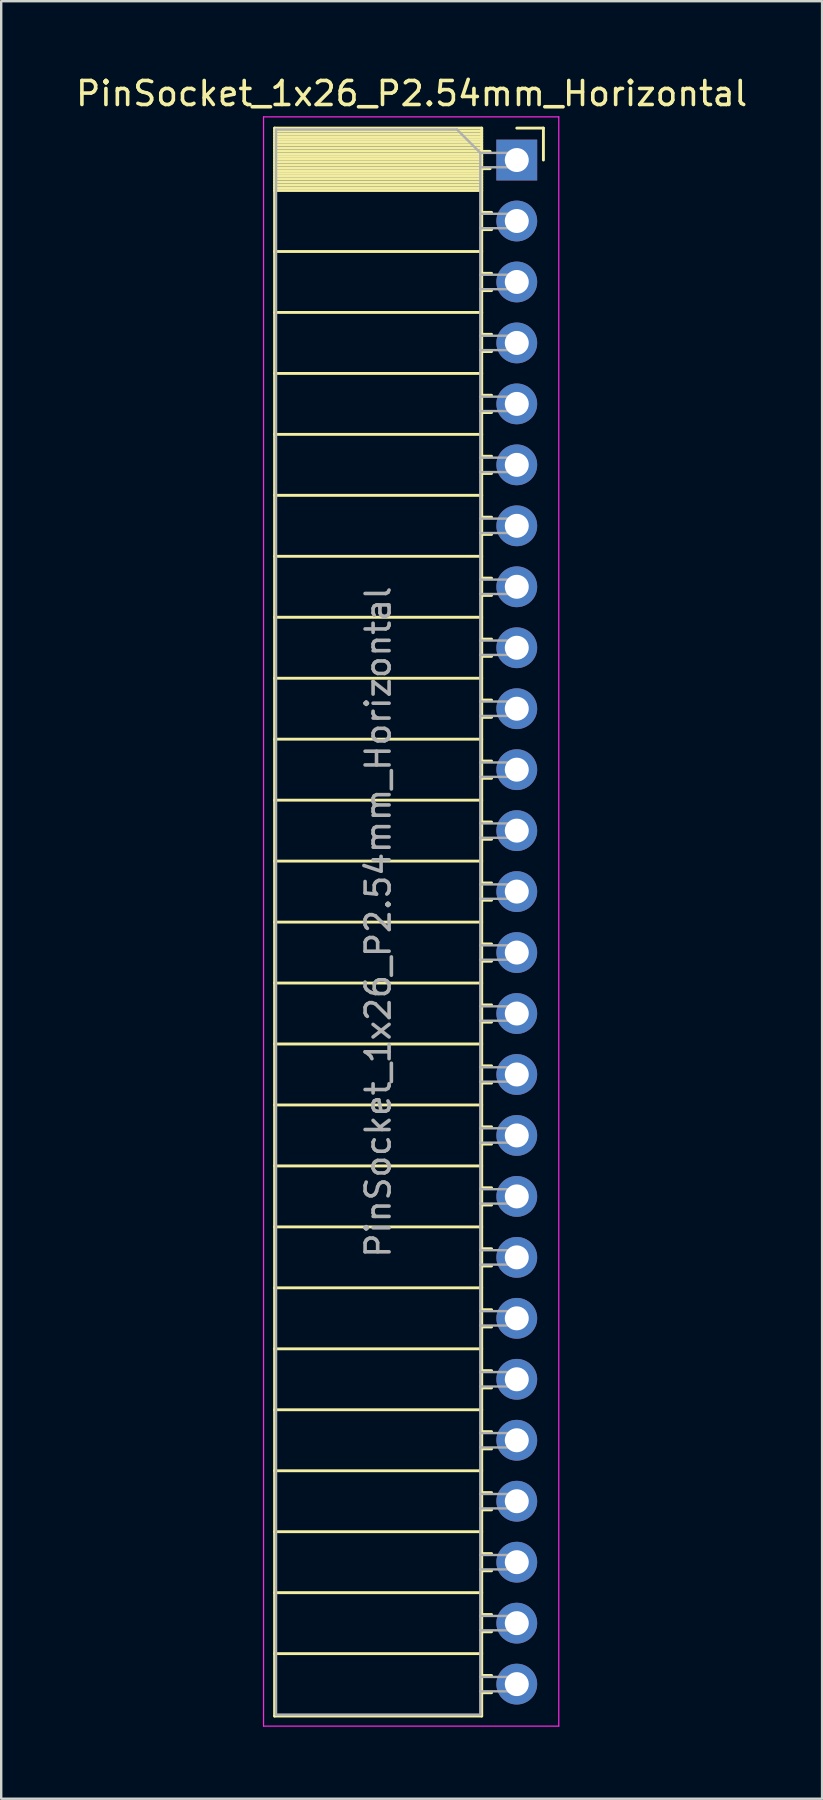
<source format=kicad_pcb>
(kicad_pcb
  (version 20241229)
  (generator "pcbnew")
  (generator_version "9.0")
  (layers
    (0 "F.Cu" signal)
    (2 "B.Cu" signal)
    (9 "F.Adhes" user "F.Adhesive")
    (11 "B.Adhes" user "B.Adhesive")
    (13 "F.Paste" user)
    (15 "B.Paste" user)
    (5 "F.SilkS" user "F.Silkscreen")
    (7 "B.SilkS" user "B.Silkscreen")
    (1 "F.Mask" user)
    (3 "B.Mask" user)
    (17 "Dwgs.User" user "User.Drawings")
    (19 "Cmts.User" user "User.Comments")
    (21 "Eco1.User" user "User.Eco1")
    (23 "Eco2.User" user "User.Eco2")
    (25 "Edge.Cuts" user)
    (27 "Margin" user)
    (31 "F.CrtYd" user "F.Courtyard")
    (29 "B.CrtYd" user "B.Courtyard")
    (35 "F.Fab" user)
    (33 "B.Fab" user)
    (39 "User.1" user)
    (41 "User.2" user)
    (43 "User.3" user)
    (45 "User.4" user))
  (footprint "PinSocket_1x26_P2.54mm_Horizontal"
    (layer "F.Cu")
    (at 18.481 3.618)
    (property "Reference" "PinSocket_1x26_P2.54mm_Horizontal" (at -4.38 -2.77 0) (layer "F.SilkS") (effects (font (size 1 1) (thickness 0.15))))
    (attr through_hole)
    (fp_line (start -10.09 -1.33) (end -10.09 64.83) (stroke (width 0.12) (type solid)) (layer "F.SilkS"))
    (fp_line (start -10.09 -1.33) (end -1.46 -1.33) (stroke (width 0.12) (type solid)) (layer "F.SilkS"))
    (fp_line (start -10.09 -1.21) (end -1.46 -1.21) (stroke (width 0.12) (type solid)) (layer "F.SilkS"))
    (fp_line (start -10.09 -1.092) (end -1.46 -1.092) (stroke (width 0.12) (type solid)) (layer "F.SilkS"))
    (fp_line (start -10.09 -0.974) (end -1.46 -0.974) (stroke (width 0.12) (type solid)) (layer "F.SilkS"))
    (fp_line (start -10.09 -0.856) (end -1.46 -0.856) (stroke (width 0.12) (type solid)) (layer "F.SilkS"))
    (fp_line (start -10.09 -0.738) (end -1.46 -0.738) (stroke (width 0.12) (type solid)) (layer "F.SilkS"))
    (fp_line (start -10.09 -0.62) (end -1.46 -0.62) (stroke (width 0.12) (type solid)) (layer "F.SilkS"))
    (fp_line (start -10.09 -0.501) (end -1.46 -0.501) (stroke (width 0.12) (type solid)) (layer "F.SilkS"))
    (fp_line (start -10.09 -0.383) (end -1.46 -0.383) (stroke (width 0.12) (type solid)) (layer "F.SilkS"))
    (fp_line (start -10.09 -0.265) (end -1.46 -0.265) (stroke (width 0.12) (type solid)) (layer "F.SilkS"))
    (fp_line (start -10.09 -0.147) (end -1.46 -0.147) (stroke (width 0.12) (type solid)) (layer "F.SilkS"))
    (fp_line (start -10.09 -0.029) (end -1.46 -0.029) (stroke (width 0.12) (type solid)) (layer "F.SilkS"))
    (fp_line (start -10.09 0.089) (end -1.46 0.089) (stroke (width 0.12) (type solid)) (layer "F.SilkS"))
    (fp_line (start -10.09 0.207) (end -1.46 0.207) (stroke (width 0.12) (type solid)) (layer "F.SilkS"))
    (fp_line (start -10.09 0.325) (end -1.46 0.325) (stroke (width 0.12) (type solid)) (layer "F.SilkS"))
    (fp_line (start -10.09 0.443) (end -1.46 0.443) (stroke (width 0.12) (type solid)) (layer "F.SilkS"))
    (fp_line (start -10.09 0.561) (end -1.46 0.561) (stroke (width 0.12) (type solid)) (layer "F.SilkS"))
    (fp_line (start -10.09 0.68) (end -1.46 0.68) (stroke (width 0.12) (type solid)) (layer "F.SilkS"))
    (fp_line (start -10.09 0.798) (end -1.46 0.798) (stroke (width 0.12) (type solid)) (layer "F.SilkS"))
    (fp_line (start -10.09 0.916) (end -1.46 0.916) (stroke (width 0.12) (type solid)) (layer "F.SilkS"))
    (fp_line (start -10.09 1.034) (end -1.46 1.034) (stroke (width 0.12) (type solid)) (layer "F.SilkS"))
    (fp_line (start -10.09 1.152) (end -1.46 1.152) (stroke (width 0.12) (type solid)) (layer "F.SilkS"))
    (fp_line (start -10.09 1.27) (end -1.46 1.27) (stroke (width 0.12) (type solid)) (layer "F.SilkS"))
    (fp_line (start -10.09 3.81) (end -1.46 3.81) (stroke (width 0.12) (type solid)) (layer "F.SilkS"))
    (fp_line (start -10.09 6.35) (end -1.46 6.35) (stroke (width 0.12) (type solid)) (layer "F.SilkS"))
    (fp_line (start -10.09 8.89) (end -1.46 8.89) (stroke (width 0.12) (type solid)) (layer "F.SilkS"))
    (fp_line (start -10.09 11.43) (end -1.46 11.43) (stroke (width 0.12) (type solid)) (layer "F.SilkS"))
    (fp_line (start -10.09 13.97) (end -1.46 13.97) (stroke (width 0.12) (type solid)) (layer "F.SilkS"))
    (fp_line (start -10.09 16.51) (end -1.46 16.51) (stroke (width 0.12) (type solid)) (layer "F.SilkS"))
    (fp_line (start -10.09 19.05) (end -1.46 19.05) (stroke (width 0.12) (type solid)) (layer "F.SilkS"))
    (fp_line (start -10.09 21.59) (end -1.46 21.59) (stroke (width 0.12) (type solid)) (layer "F.SilkS"))
    (fp_line (start -10.09 24.13) (end -1.46 24.13) (stroke (width 0.12) (type solid)) (layer "F.SilkS"))
    (fp_line (start -10.09 26.67) (end -1.46 26.67) (stroke (width 0.12) (type solid)) (layer "F.SilkS"))
    (fp_line (start -10.09 29.21) (end -1.46 29.21) (stroke (width 0.12) (type solid)) (layer "F.SilkS"))
    (fp_line (start -10.09 31.75) (end -1.46 31.75) (stroke (width 0.12) (type solid)) (layer "F.SilkS"))
    (fp_line (start -10.09 34.29) (end -1.46 34.29) (stroke (width 0.12) (type solid)) (layer "F.SilkS"))
    (fp_line (start -10.09 36.83) (end -1.46 36.83) (stroke (width 0.12) (type solid)) (layer "F.SilkS"))
    (fp_line (start -10.09 39.37) (end -1.46 39.37) (stroke (width 0.12) (type solid)) (layer "F.SilkS"))
    (fp_line (start -10.09 41.91) (end -1.46 41.91) (stroke (width 0.12) (type solid)) (layer "F.SilkS"))
    (fp_line (start -10.09 44.45) (end -1.46 44.45) (stroke (width 0.12) (type solid)) (layer "F.SilkS"))
    (fp_line (start -10.09 46.99) (end -1.46 46.99) (stroke (width 0.12) (type solid)) (layer "F.SilkS"))
    (fp_line (start -10.09 49.53) (end -1.46 49.53) (stroke (width 0.12) (type solid)) (layer "F.SilkS"))
    (fp_line (start -10.09 52.07) (end -1.46 52.07) (stroke (width 0.12) (type solid)) (layer "F.SilkS"))
    (fp_line (start -10.09 54.61) (end -1.46 54.61) (stroke (width 0.12) (type solid)) (layer "F.SilkS"))
    (fp_line (start -10.09 57.15) (end -1.46 57.15) (stroke (width 0.12) (type solid)) (layer "F.SilkS"))
    (fp_line (start -10.09 59.69) (end -1.46 59.69) (stroke (width 0.12) (type solid)) (layer "F.SilkS"))
    (fp_line (start -10.09 62.23) (end -1.46 62.23) (stroke (width 0.12) (type solid)) (layer "F.SilkS"))
    (fp_line (start -10.09 64.83) (end -1.46 64.83) (stroke (width 0.12) (type solid)) (layer "F.SilkS"))
    (fp_line (start -1.46 -1.33) (end -1.46 64.83) (stroke (width 0.12) (type solid)) (layer "F.SilkS"))
    (fp_line (start -1.46 -0.36) (end -1.11 -0.36) (stroke (width 0.12) (type solid)) (layer "F.SilkS"))
    (fp_line (start -1.46 0.36) (end -1.11 0.36) (stroke (width 0.12) (type solid)) (layer "F.SilkS"))
    (fp_line (start -1.46 2.18) (end -1.05 2.18) (stroke (width 0.12) (type solid)) (layer "F.SilkS"))
    (fp_line (start -1.46 2.9) (end -1.05 2.9) (stroke (width 0.12) (type solid)) (layer "F.SilkS"))
    (fp_line (start -1.46 4.72) (end -1.05 4.72) (stroke (width 0.12) (type solid)) (layer "F.SilkS"))
    (fp_line (start -1.46 5.44) (end -1.05 5.44) (stroke (width 0.12) (type solid)) (layer "F.SilkS"))
    (fp_line (start -1.46 7.26) (end -1.05 7.26) (stroke (width 0.12) (type solid)) (layer "F.SilkS"))
    (fp_line (start -1.46 7.98) (end -1.05 7.98) (stroke (width 0.12) (type solid)) (layer "F.SilkS"))
    (fp_line (start -1.46 9.8) (end -1.05 9.8) (stroke (width 0.12) (type solid)) (layer "F.SilkS"))
    (fp_line (start -1.46 10.52) (end -1.05 10.52) (stroke (width 0.12) (type solid)) (layer "F.SilkS"))
    (fp_line (start -1.46 12.34) (end -1.05 12.34) (stroke (width 0.12) (type solid)) (layer "F.SilkS"))
    (fp_line (start -1.46 13.06) (end -1.05 13.06) (stroke (width 0.12) (type solid)) (layer "F.SilkS"))
    (fp_line (start -1.46 14.88) (end -1.05 14.88) (stroke (width 0.12) (type solid)) (layer "F.SilkS"))
    (fp_line (start -1.46 15.6) (end -1.05 15.6) (stroke (width 0.12) (type solid)) (layer "F.SilkS"))
    (fp_line (start -1.46 17.42) (end -1.05 17.42) (stroke (width 0.12) (type solid)) (layer "F.SilkS"))
    (fp_line (start -1.46 18.14) (end -1.05 18.14) (stroke (width 0.12) (type solid)) (layer "F.SilkS"))
    (fp_line (start -1.46 19.96) (end -1.05 19.96) (stroke (width 0.12) (type solid)) (layer "F.SilkS"))
    (fp_line (start -1.46 20.68) (end -1.05 20.68) (stroke (width 0.12) (type solid)) (layer "F.SilkS"))
    (fp_line (start -1.46 22.5) (end -1.05 22.5) (stroke (width 0.12) (type solid)) (layer "F.SilkS"))
    (fp_line (start -1.46 23.22) (end -1.05 23.22) (stroke (width 0.12) (type solid)) (layer "F.SilkS"))
    (fp_line (start -1.46 25.04) (end -1.05 25.04) (stroke (width 0.12) (type solid)) (layer "F.SilkS"))
    (fp_line (start -1.46 25.76) (end -1.05 25.76) (stroke (width 0.12) (type solid)) (layer "F.SilkS"))
    (fp_line (start -1.46 27.58) (end -1.05 27.58) (stroke (width 0.12) (type solid)) (layer "F.SilkS"))
    (fp_line (start -1.46 28.3) (end -1.05 28.3) (stroke (width 0.12) (type solid)) (layer "F.SilkS"))
    (fp_line (start -1.46 30.12) (end -1.05 30.12) (stroke (width 0.12) (type solid)) (layer "F.SilkS"))
    (fp_line (start -1.46 30.84) (end -1.05 30.84) (stroke (width 0.12) (type solid)) (layer "F.SilkS"))
    (fp_line (start -1.46 32.66) (end -1.05 32.66) (stroke (width 0.12) (type solid)) (layer "F.SilkS"))
    (fp_line (start -1.46 33.38) (end -1.05 33.38) (stroke (width 0.12) (type solid)) (layer "F.SilkS"))
    (fp_line (start -1.46 35.2) (end -1.05 35.2) (stroke (width 0.12) (type solid)) (layer "F.SilkS"))
    (fp_line (start -1.46 35.92) (end -1.05 35.92) (stroke (width 0.12) (type solid)) (layer "F.SilkS"))
    (fp_line (start -1.46 37.74) (end -1.05 37.74) (stroke (width 0.12) (type solid)) (layer "F.SilkS"))
    (fp_line (start -1.46 38.46) (end -1.05 38.46) (stroke (width 0.12) (type solid)) (layer "F.SilkS"))
    (fp_line (start -1.46 40.28) (end -1.05 40.28) (stroke (width 0.12) (type solid)) (layer "F.SilkS"))
    (fp_line (start -1.46 41) (end -1.05 41) (stroke (width 0.12) (type solid)) (layer "F.SilkS"))
    (fp_line (start -1.46 42.82) (end -1.05 42.82) (stroke (width 0.12) (type solid)) (layer "F.SilkS"))
    (fp_line (start -1.46 43.54) (end -1.05 43.54) (stroke (width 0.12) (type solid)) (layer "F.SilkS"))
    (fp_line (start -1.46 45.36) (end -1.05 45.36) (stroke (width 0.12) (type solid)) (layer "F.SilkS"))
    (fp_line (start -1.46 46.08) (end -1.05 46.08) (stroke (width 0.12) (type solid)) (layer "F.SilkS"))
    (fp_line (start -1.46 47.9) (end -1.05 47.9) (stroke (width 0.12) (type solid)) (layer "F.SilkS"))
    (fp_line (start -1.46 48.62) (end -1.05 48.62) (stroke (width 0.12) (type solid)) (layer "F.SilkS"))
    (fp_line (start -1.46 50.44) (end -1.05 50.44) (stroke (width 0.12) (type solid)) (layer "F.SilkS"))
    (fp_line (start -1.46 51.16) (end -1.05 51.16) (stroke (width 0.12) (type solid)) (layer "F.SilkS"))
    (fp_line (start -1.46 52.98) (end -1.05 52.98) (stroke (width 0.12) (type solid)) (layer "F.SilkS"))
    (fp_line (start -1.46 53.7) (end -1.05 53.7) (stroke (width 0.12) (type solid)) (layer "F.SilkS"))
    (fp_line (start -1.46 55.52) (end -1.05 55.52) (stroke (width 0.12) (type solid)) (layer "F.SilkS"))
    (fp_line (start -1.46 56.24) (end -1.05 56.24) (stroke (width 0.12) (type solid)) (layer "F.SilkS"))
    (fp_line (start -1.46 58.06) (end -1.05 58.06) (stroke (width 0.12) (type solid)) (layer "F.SilkS"))
    (fp_line (start -1.46 58.78) (end -1.05 58.78) (stroke (width 0.12) (type solid)) (layer "F.SilkS"))
    (fp_line (start -1.46 60.6) (end -1.05 60.6) (stroke (width 0.12) (type solid)) (layer "F.SilkS"))
    (fp_line (start -1.46 61.32) (end -1.05 61.32) (stroke (width 0.12) (type solid)) (layer "F.SilkS"))
    (fp_line (start -1.46 63.14) (end -1.05 63.14) (stroke (width 0.12) (type solid)) (layer "F.SilkS"))
    (fp_line (start -1.46 63.86) (end -1.05 63.86) (stroke (width 0.12) (type solid)) (layer "F.SilkS"))
    (fp_line (start 0 -1.33) (end 1.11 -1.33) (stroke (width 0.12) (type solid)) (layer "F.SilkS"))
    (fp_line (start 1.11 -1.33) (end 1.11 0) (stroke (width 0.12) (type solid)) (layer "F.SilkS"))
    (fp_line (start -10.55 -1.8) (end -10.55 65.25) (stroke (width 0.05) (type solid)) (layer "F.CrtYd"))
    (fp_line (start -10.55 65.25) (end 1.75 65.25) (stroke (width 0.05) (type solid)) (layer "F.CrtYd"))
    (fp_line (start 1.75 -1.8) (end -10.55 -1.8) (stroke (width 0.05) (type solid)) (layer "F.CrtYd"))
    (fp_line (start 1.75 65.25) (end 1.75 -1.8) (stroke (width 0.05) (type solid)) (layer "F.CrtYd"))
    (fp_line (start -10.03 -1.27) (end -2.49 -1.27) (stroke (width 0.1) (type solid)) (layer "F.Fab"))
    (fp_line (start -10.03 64.77) (end -10.03 -1.27) (stroke (width 0.1) (type solid)) (layer "F.Fab"))
    (fp_line (start -2.49 -1.27) (end -1.52 -0.3) (stroke (width 0.1) (type solid)) (layer "F.Fab"))
    (fp_line (start -1.52 -0.3) (end -1.52 64.77) (stroke (width 0.1) (type solid)) (layer "F.Fab"))
    (fp_line (start -1.52 0.3) (end 0 0.3) (stroke (width 0.1) (type solid)) (layer "F.Fab"))
    (fp_line (start -1.52 2.84) (end 0 2.84) (stroke (width 0.1) (type solid)) (layer "F.Fab"))
    (fp_line (start -1.52 5.38) (end 0 5.38) (stroke (width 0.1) (type solid)) (layer "F.Fab"))
    (fp_line (start -1.52 7.92) (end 0 7.92) (stroke (width 0.1) (type solid)) (layer "F.Fab"))
    (fp_line (start -1.52 10.46) (end 0 10.46) (stroke (width 0.1) (type solid)) (layer "F.Fab"))
    (fp_line (start -1.52 13) (end 0 13) (stroke (width 0.1) (type solid)) (layer "F.Fab"))
    (fp_line (start -1.52 15.54) (end 0 15.54) (stroke (width 0.1) (type solid)) (layer "F.Fab"))
    (fp_line (start -1.52 18.08) (end 0 18.08) (stroke (width 0.1) (type solid)) (layer "F.Fab"))
    (fp_line (start -1.52 20.62) (end 0 20.62) (stroke (width 0.1) (type solid)) (layer "F.Fab"))
    (fp_line (start -1.52 23.16) (end 0 23.16) (stroke (width 0.1) (type solid)) (layer "F.Fab"))
    (fp_line (start -1.52 25.7) (end 0 25.7) (stroke (width 0.1) (type solid)) (layer "F.Fab"))
    (fp_line (start -1.52 28.24) (end 0 28.24) (stroke (width 0.1) (type solid)) (layer "F.Fab"))
    (fp_line (start -1.52 30.78) (end 0 30.78) (stroke (width 0.1) (type solid)) (layer "F.Fab"))
    (fp_line (start -1.52 33.32) (end 0 33.32) (stroke (width 0.1) (type solid)) (layer "F.Fab"))
    (fp_line (start -1.52 35.86) (end 0 35.86) (stroke (width 0.1) (type solid)) (layer "F.Fab"))
    (fp_line (start -1.52 38.4) (end 0 38.4) (stroke (width 0.1) (type solid)) (layer "F.Fab"))
    (fp_line (start -1.52 40.94) (end 0 40.94) (stroke (width 0.1) (type solid)) (layer "F.Fab"))
    (fp_line (start -1.52 43.48) (end 0 43.48) (stroke (width 0.1) (type solid)) (layer "F.Fab"))
    (fp_line (start -1.52 46.02) (end 0 46.02) (stroke (width 0.1) (type solid)) (layer "F.Fab"))
    (fp_line (start -1.52 48.56) (end 0 48.56) (stroke (width 0.1) (type solid)) (layer "F.Fab"))
    (fp_line (start -1.52 51.1) (end 0 51.1) (stroke (width 0.1) (type solid)) (layer "F.Fab"))
    (fp_line (start -1.52 53.64) (end 0 53.64) (stroke (width 0.1) (type solid)) (layer "F.Fab"))
    (fp_line (start -1.52 56.18) (end 0 56.18) (stroke (width 0.1) (type solid)) (layer "F.Fab"))
    (fp_line (start -1.52 58.72) (end 0 58.72) (stroke (width 0.1) (type solid)) (layer "F.Fab"))
    (fp_line (start -1.52 61.26) (end 0 61.26) (stroke (width 0.1) (type solid)) (layer "F.Fab"))
    (fp_line (start -1.52 63.8) (end 0 63.8) (stroke (width 0.1) (type solid)) (layer "F.Fab"))
    (fp_line (start -1.52 64.77) (end -10.03 64.77) (stroke (width 0.1) (type solid)) (layer "F.Fab"))
    (fp_line (start 0 -0.3) (end -1.52 -0.3) (stroke (width 0.1) (type solid)) (layer "F.Fab"))
    (fp_line (start 0 0.3) (end 0 -0.3) (stroke (width 0.1) (type solid)) (layer "F.Fab"))
    (fp_line (start 0 2.24) (end -1.52 2.24) (stroke (width 0.1) (type solid)) (layer "F.Fab"))
    (fp_line (start 0 2.84) (end 0 2.24) (stroke (width 0.1) (type solid)) (layer "F.Fab"))
    (fp_line (start 0 4.78) (end -1.52 4.78) (stroke (width 0.1) (type solid)) (layer "F.Fab"))
    (fp_line (start 0 5.38) (end 0 4.78) (stroke (width 0.1) (type solid)) (layer "F.Fab"))
    (fp_line (start 0 7.32) (end -1.52 7.32) (stroke (width 0.1) (type solid)) (layer "F.Fab"))
    (fp_line (start 0 7.92) (end 0 7.32) (stroke (width 0.1) (type solid)) (layer "F.Fab"))
    (fp_line (start 0 9.86) (end -1.52 9.86) (stroke (width 0.1) (type solid)) (layer "F.Fab"))
    (fp_line (start 0 10.46) (end 0 9.86) (stroke (width 0.1) (type solid)) (layer "F.Fab"))
    (fp_line (start 0 12.4) (end -1.52 12.4) (stroke (width 0.1) (type solid)) (layer "F.Fab"))
    (fp_line (start 0 13) (end 0 12.4) (stroke (width 0.1) (type solid)) (layer "F.Fab"))
    (fp_line (start 0 14.94) (end -1.52 14.94) (stroke (width 0.1) (type solid)) (layer "F.Fab"))
    (fp_line (start 0 15.54) (end 0 14.94) (stroke (width 0.1) (type solid)) (layer "F.Fab"))
    (fp_line (start 0 17.48) (end -1.52 17.48) (stroke (width 0.1) (type solid)) (layer "F.Fab"))
    (fp_line (start 0 18.08) (end 0 17.48) (stroke (width 0.1) (type solid)) (layer "F.Fab"))
    (fp_line (start 0 20.02) (end -1.52 20.02) (stroke (width 0.1) (type solid)) (layer "F.Fab"))
    (fp_line (start 0 20.62) (end 0 20.02) (stroke (width 0.1) (type solid)) (layer "F.Fab"))
    (fp_line (start 0 22.56) (end -1.52 22.56) (stroke (width 0.1) (type solid)) (layer "F.Fab"))
    (fp_line (start 0 23.16) (end 0 22.56) (stroke (width 0.1) (type solid)) (layer "F.Fab"))
    (fp_line (start 0 25.1) (end -1.52 25.1) (stroke (width 0.1) (type solid)) (layer "F.Fab"))
    (fp_line (start 0 25.7) (end 0 25.1) (stroke (width 0.1) (type solid)) (layer "F.Fab"))
    (fp_line (start 0 27.64) (end -1.52 27.64) (stroke (width 0.1) (type solid)) (layer "F.Fab"))
    (fp_line (start 0 28.24) (end 0 27.64) (stroke (width 0.1) (type solid)) (layer "F.Fab"))
    (fp_line (start 0 30.18) (end -1.52 30.18) (stroke (width 0.1) (type solid)) (layer "F.Fab"))
    (fp_line (start 0 30.78) (end 0 30.18) (stroke (width 0.1) (type solid)) (layer "F.Fab"))
    (fp_line (start 0 32.72) (end -1.52 32.72) (stroke (width 0.1) (type solid)) (layer "F.Fab"))
    (fp_line (start 0 33.32) (end 0 32.72) (stroke (width 0.1) (type solid)) (layer "F.Fab"))
    (fp_line (start 0 35.26) (end -1.52 35.26) (stroke (width 0.1) (type solid)) (layer "F.Fab"))
    (fp_line (start 0 35.86) (end 0 35.26) (stroke (width 0.1) (type solid)) (layer "F.Fab"))
    (fp_line (start 0 37.8) (end -1.52 37.8) (stroke (width 0.1) (type solid)) (layer "F.Fab"))
    (fp_line (start 0 38.4) (end 0 37.8) (stroke (width 0.1) (type solid)) (layer "F.Fab"))
    (fp_line (start 0 40.34) (end -1.52 40.34) (stroke (width 0.1) (type solid)) (layer "F.Fab"))
    (fp_line (start 0 40.94) (end 0 40.34) (stroke (width 0.1) (type solid)) (layer "F.Fab"))
    (fp_line (start 0 42.88) (end -1.52 42.88) (stroke (width 0.1) (type solid)) (layer "F.Fab"))
    (fp_line (start 0 43.48) (end 0 42.88) (stroke (width 0.1) (type solid)) (layer "F.Fab"))
    (fp_line (start 0 45.42) (end -1.52 45.42) (stroke (width 0.1) (type solid)) (layer "F.Fab"))
    (fp_line (start 0 46.02) (end 0 45.42) (stroke (width 0.1) (type solid)) (layer "F.Fab"))
    (fp_line (start 0 47.96) (end -1.52 47.96) (stroke (width 0.1) (type solid)) (layer "F.Fab"))
    (fp_line (start 0 48.56) (end 0 47.96) (stroke (width 0.1) (type solid)) (layer "F.Fab"))
    (fp_line (start 0 50.5) (end -1.52 50.5) (stroke (width 0.1) (type solid)) (layer "F.Fab"))
    (fp_line (start 0 51.1) (end 0 50.5) (stroke (width 0.1) (type solid)) (layer "F.Fab"))
    (fp_line (start 0 53.04) (end -1.52 53.04) (stroke (width 0.1) (type solid)) (layer "F.Fab"))
    (fp_line (start 0 53.64) (end 0 53.04) (stroke (width 0.1) (type solid)) (layer "F.Fab"))
    (fp_line (start 0 55.58) (end -1.52 55.58) (stroke (width 0.1) (type solid)) (layer "F.Fab"))
    (fp_line (start 0 56.18) (end 0 55.58) (stroke (width 0.1) (type solid)) (layer "F.Fab"))
    (fp_line (start 0 58.12) (end -1.52 58.12) (stroke (width 0.1) (type solid)) (layer "F.Fab"))
    (fp_line (start 0 58.72) (end 0 58.12) (stroke (width 0.1) (type solid)) (layer "F.Fab"))
    (fp_line (start 0 60.66) (end -1.52 60.66) (stroke (width 0.1) (type solid)) (layer "F.Fab"))
    (fp_line (start 0 61.26) (end 0 60.66) (stroke (width 0.1) (type solid)) (layer "F.Fab"))
    (fp_line (start 0 63.2) (end -1.52 63.2) (stroke (width 0.1) (type solid)) (layer "F.Fab"))
    (fp_line (start 0 63.8) (end 0 63.2) (stroke (width 0.1) (type solid)) (layer "F.Fab"))
    (fp_text user "${REFERENCE}" (at -5.775 31.75 90) (layer "F.Fab") (effects (font (size 1 1) (thickness 0.15))))
    (pad "1" thru_hole rect (at 0 0) (size 1.7 1.7) (drill 1) (layers "*.Cu" "*.Mask"))
    (pad "2" thru_hole circle (at 0 2.54) (size 1.7 1.7) (drill 1) (layers "*.Cu" "*.Mask"))
    (pad "3" thru_hole circle (at 0 5.08) (size 1.7 1.7) (drill 1) (layers "*.Cu" "*.Mask"))
    (pad "4" thru_hole circle (at 0 7.62) (size 1.7 1.7) (drill 1) (layers "*.Cu" "*.Mask"))
    (pad "5" thru_hole circle (at 0 10.16) (size 1.7 1.7) (drill 1) (layers "*.Cu" "*.Mask"))
    (pad "6" thru_hole circle (at 0 12.7) (size 1.7 1.7) (drill 1) (layers "*.Cu" "*.Mask"))
    (pad "7" thru_hole circle (at 0 15.24) (size 1.7 1.7) (drill 1) (layers "*.Cu" "*.Mask"))
    (pad "8" thru_hole circle (at 0 17.78) (size 1.7 1.7) (drill 1) (layers "*.Cu" "*.Mask"))
    (pad "9" thru_hole circle (at 0 20.32) (size 1.7 1.7) (drill 1) (layers "*.Cu" "*.Mask"))
    (pad "10" thru_hole circle (at 0 22.86) (size 1.7 1.7) (drill 1) (layers "*.Cu" "*.Mask"))
    (pad "11" thru_hole circle (at 0 25.4) (size 1.7 1.7) (drill 1) (layers "*.Cu" "*.Mask"))
    (pad "12" thru_hole circle (at 0 27.94) (size 1.7 1.7) (drill 1) (layers "*.Cu" "*.Mask"))
    (pad "13" thru_hole circle (at 0 30.48) (size 1.7 1.7) (drill 1) (layers "*.Cu" "*.Mask"))
    (pad "14" thru_hole circle (at 0 33.02) (size 1.7 1.7) (drill 1) (layers "*.Cu" "*.Mask"))
    (pad "15" thru_hole circle (at 0 35.56) (size 1.7 1.7) (drill 1) (layers "*.Cu" "*.Mask"))
    (pad "16" thru_hole circle (at 0 38.1) (size 1.7 1.7) (drill 1) (layers "*.Cu" "*.Mask"))
    (pad "17" thru_hole circle (at 0 40.64) (size 1.7 1.7) (drill 1) (layers "*.Cu" "*.Mask"))
    (pad "18" thru_hole circle (at 0 43.18) (size 1.7 1.7) (drill 1) (layers "*.Cu" "*.Mask"))
    (pad "19" thru_hole circle (at 0 45.72) (size 1.7 1.7) (drill 1) (layers "*.Cu" "*.Mask"))
    (pad "20" thru_hole circle (at 0 48.26) (size 1.7 1.7) (drill 1) (layers "*.Cu" "*.Mask"))
    (pad "21" thru_hole circle (at 0 50.8) (size 1.7 1.7) (drill 1) (layers "*.Cu" "*.Mask"))
    (pad "22" thru_hole circle (at 0 53.34) (size 1.7 1.7) (drill 1) (layers "*.Cu" "*.Mask"))
    (pad "23" thru_hole circle (at 0 55.88) (size 1.7 1.7) (drill 1) (layers "*.Cu" "*.Mask"))
    (pad "24" thru_hole circle (at 0 58.42) (size 1.7 1.7) (drill 1) (layers "*.Cu" "*.Mask"))
    (pad "25" thru_hole circle (at 0 60.96) (size 1.7 1.7) (drill 1) (layers "*.Cu" "*.Mask"))
    (pad "26" thru_hole circle (at 0 63.5) (size 1.7 1.7) (drill 1) (layers "*.Cu" "*.Mask")))
  (gr_rect
    (start -3 -3)
    (end 31.202 71.893)
    (stroke (width 0.1) (type default))
    (fill no)
    (layer "Edge.Cuts")))
</source>
